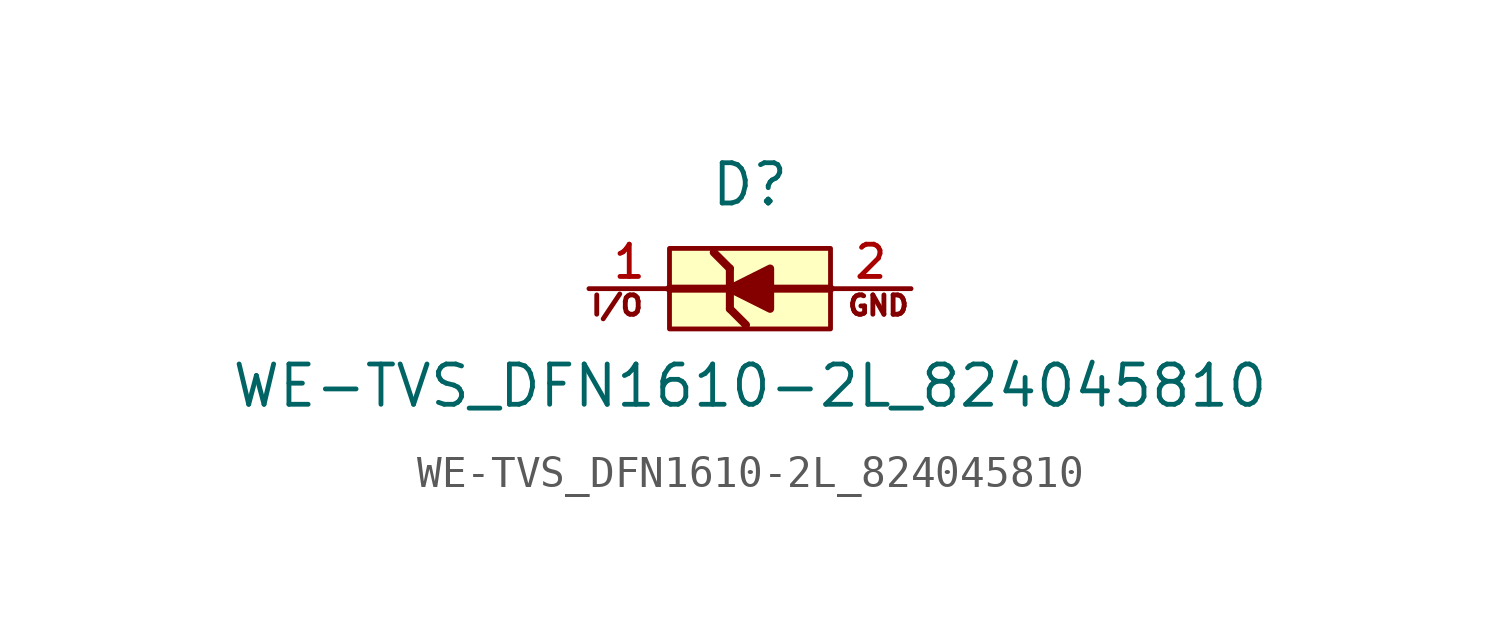
<source format=kicad_sym>
(kicad_symbol_lib
  (version 20211014)
  (generator kicad_symbol_editor)
  (symbol "WE-TVS_DFN1610-2L_824045810"
    (pin_names
      (offset 1.016))
    (property "Reference" "D"
      (at 0.0 2.54 0)
      (effects (font (size 1.27 1.27)) (justify bottom)))
    (property "Value" "WE-TVS_DFN1610-2L_824045810"
      (at 0.0 -3.81 0)
      (effects (font (size 1.27 1.27)) (justify bottom)))
    (symbol "WE-TVS_DFN1610-2L_824045810_0_0"
      (polyline (pts (xy -0.635 -0.635) (xy -0.635 0.0)) (stroke (width 0.254)))
      (polyline (pts (xy -0.635 0.0) (xy -0.635 0.635)) (stroke (width 0.254)))
      (polyline (pts (xy -0.635 0.635) (xy -1.143 1.143)) (stroke (width 0.254)))
      (polyline (pts (xy -0.635 -0.635) (xy -0.127 -1.143)) (stroke (width 0.254)))
      (polyline (pts (xy -0.635 0.0) (xy -2.54 0.0)) (stroke (width 0.254)))
      (polyline (pts (xy 0.635 0.0) (xy 2.54 0.0)) (stroke (width 0.254)))
      (polyline (pts (xy 0.635 -0.635) (xy -0.635 0.0) (xy 0.635 0.635) (xy 0.635 -0.635)) (stroke (width 0.254)) (fill (type outline)))
      (text "GND" (at 5.08 -0.889 0) (effects (font (size 0.61 0.61)) (justify bottom right)))
      (text "I/O" (at -5.08 -0.889 0) (effects (font (size 0.61 0.61)) (justify bottom left)))
      (rectangle (start -2.54 -1.27) (end 2.54 1.27) (stroke (width 0.152)) (fill (type background)))
      (pin passive line (at -5.08 0.0 0) (length 2.54) (name "~" (effects (font (size 1.016 1.016)))) (number "1" (effects (font (size 1.016 1.016)))))
      (pin passive line (at 5.08 0.0 180.0) (length 2.54) (name "~" (effects (font (size 1.016 1.016)))) (number "2" (effects (font (size 1.016 1.016))))))))
</source>
